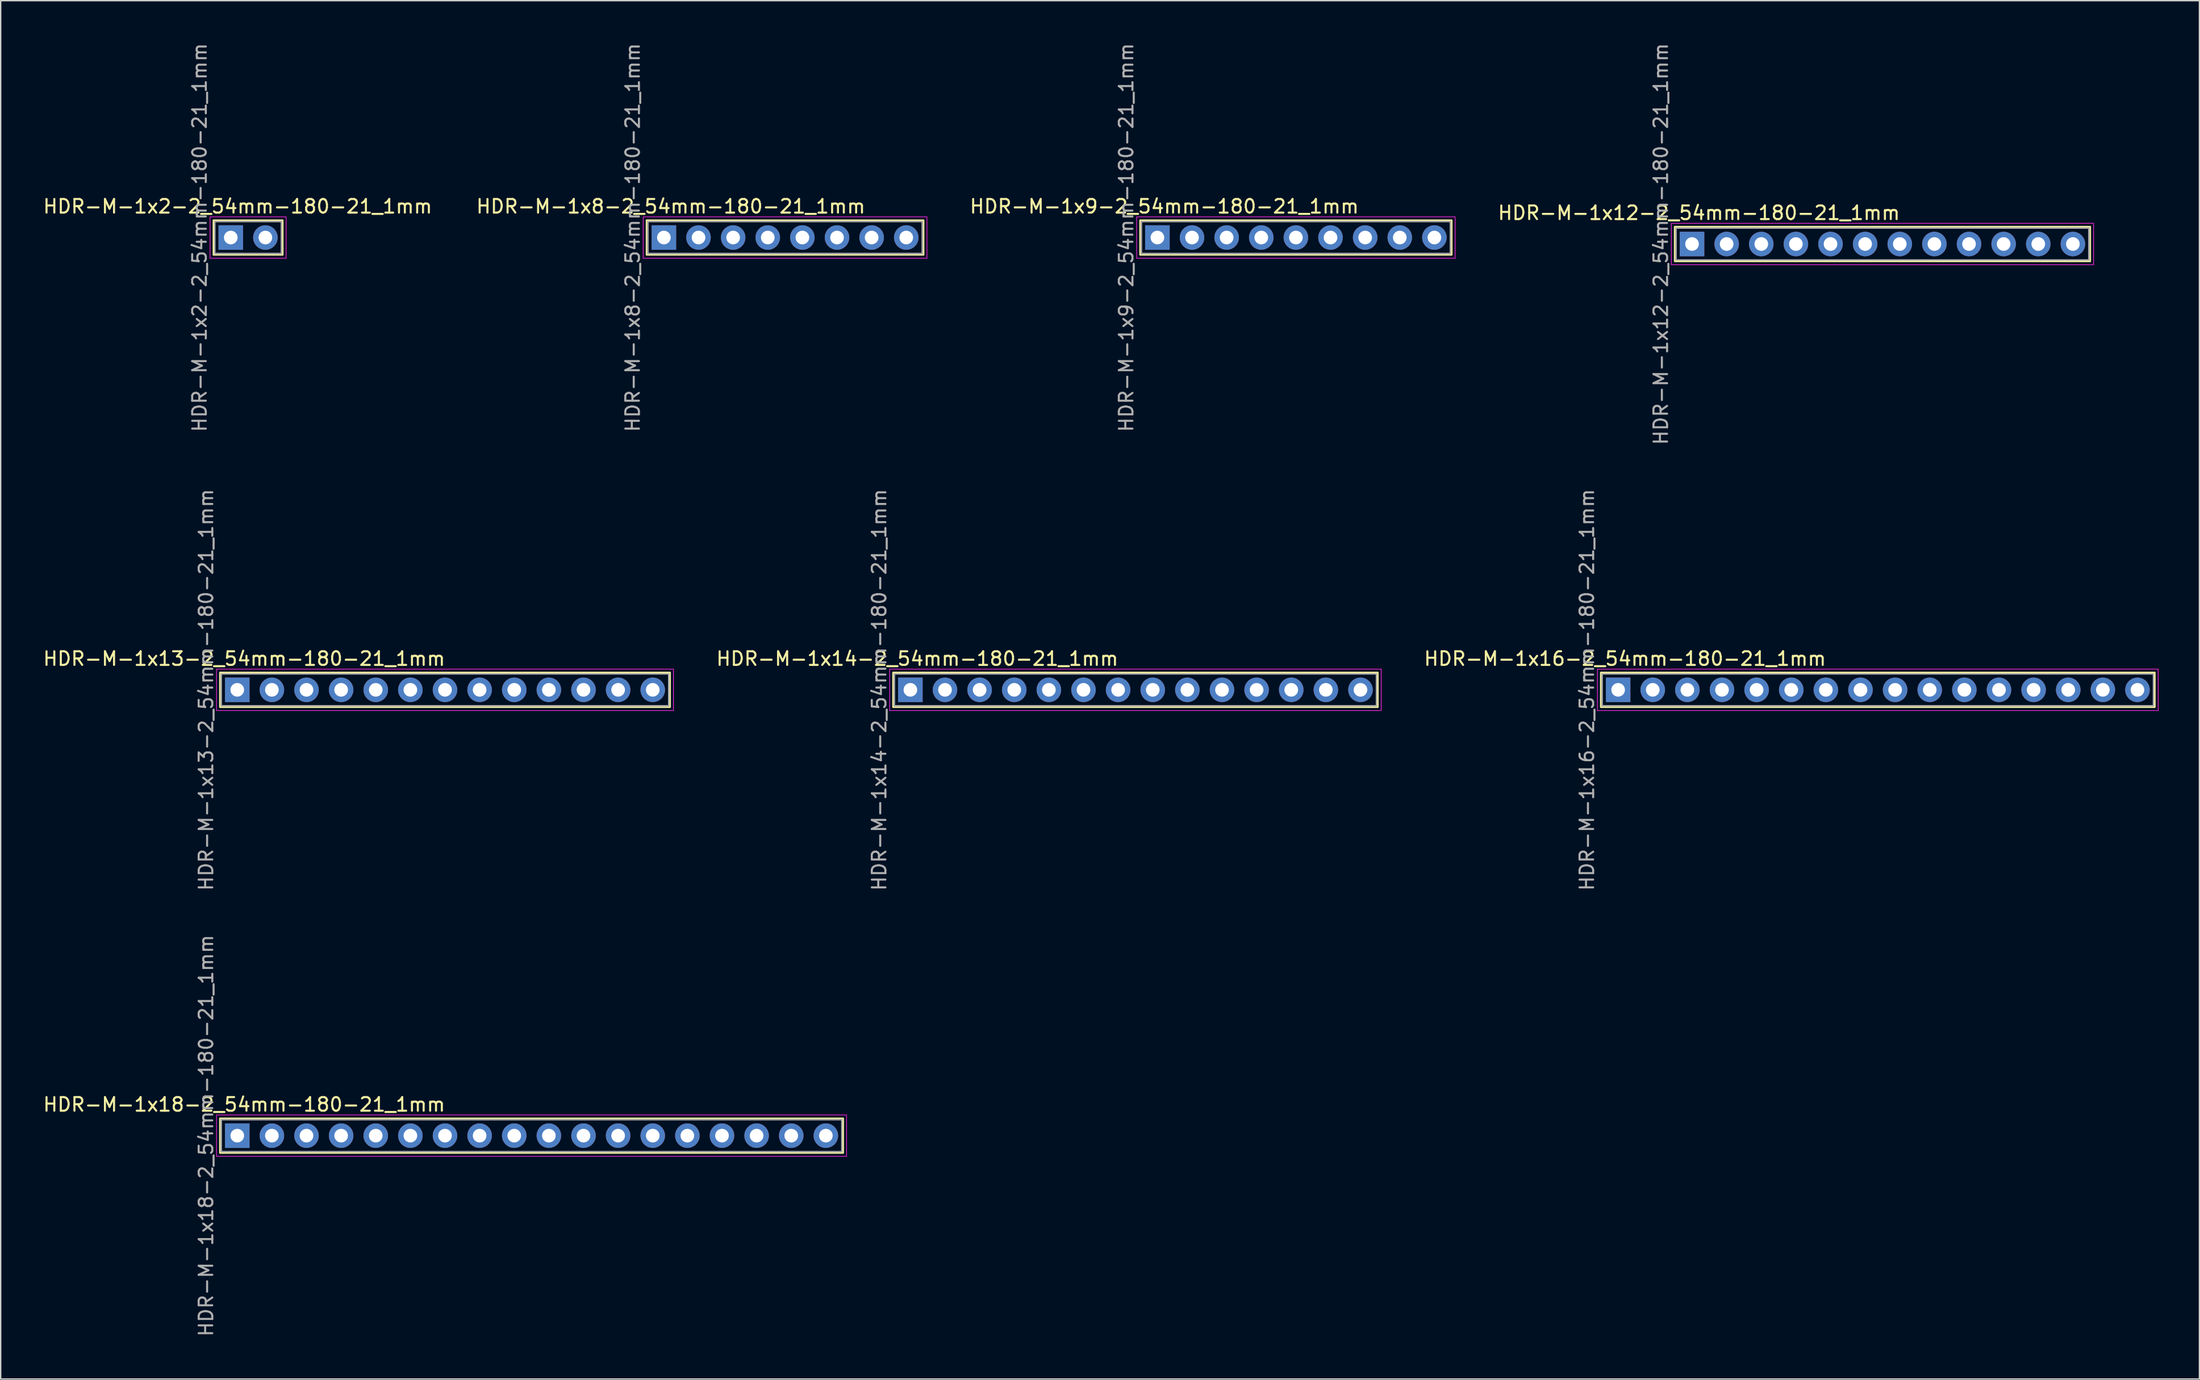
<source format=kicad_pcb>
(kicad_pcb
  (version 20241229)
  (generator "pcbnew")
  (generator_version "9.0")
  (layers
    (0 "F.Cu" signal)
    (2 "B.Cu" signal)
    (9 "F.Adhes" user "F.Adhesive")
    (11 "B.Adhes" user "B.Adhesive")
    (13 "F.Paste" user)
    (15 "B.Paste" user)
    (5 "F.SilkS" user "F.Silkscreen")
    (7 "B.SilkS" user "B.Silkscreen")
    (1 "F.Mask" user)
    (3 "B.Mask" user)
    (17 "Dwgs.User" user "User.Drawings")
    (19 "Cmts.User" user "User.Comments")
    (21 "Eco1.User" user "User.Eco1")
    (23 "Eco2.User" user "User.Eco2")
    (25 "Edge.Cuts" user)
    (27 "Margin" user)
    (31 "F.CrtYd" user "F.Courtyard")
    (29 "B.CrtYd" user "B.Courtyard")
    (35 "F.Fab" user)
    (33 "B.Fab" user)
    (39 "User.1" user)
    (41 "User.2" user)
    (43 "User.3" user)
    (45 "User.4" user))
  (footprint "HDR-M-1x9-2_54mm-180-21_1mm"
    (layer "F.Cu")
    (at 81.857 14.387)
    (property "Reference" "HDR-M-1x9-2_54mm-180-21_1mm" (at 0.508 -2.286 0) (unlocked yes) (layer "F.SilkS") (effects (font (size 1 1) (thickness 0.15))))
    (attr through_hole)
    (fp_rect (start -1.27 -1.27) (end 21.59 1.27) (stroke (width 0.12) (type solid)) (fill no) (layer "F.SilkS"))
    (fp_rect (start -1.52 -1.52) (end 21.84 1.52) (stroke (width 0.05) (type solid)) (fill no) (layer "F.CrtYd"))
    (fp_rect (start -1.17 -1.17) (end 21.49 1.17) (stroke (width 0.1) (type solid)) (fill no) (layer "F.Fab"))
    (fp_text user "${REFERENCE}" (at -2.286 0 90) (unlocked yes) (layer "F.Fab") (effects (font (size 1 1) (thickness 0.15))))
    (pad "1" thru_hole rect (at 0 0) (size 1.8 1.8) (drill 1) (layers "*.Cu" "*.Mask"))
    (pad "2" thru_hole circle (at 2.54 0) (size 1.8 1.8) (drill 1) (layers "*.Cu" "*.Mask"))
    (pad "3" thru_hole circle (at 5.08 0) (size 1.8 1.8) (drill 1) (layers "*.Cu" "*.Mask"))
    (pad "4" thru_hole circle (at 7.62 0) (size 1.8 1.8) (drill 1) (layers "*.Cu" "*.Mask"))
    (pad "5" thru_hole circle (at 10.16 0) (size 1.8 1.8) (drill 1) (layers "*.Cu" "*.Mask"))
    (pad "6" thru_hole circle (at 12.7 0) (size 1.8 1.8) (drill 1) (layers "*.Cu" "*.Mask"))
    (pad "7" thru_hole circle (at 15.24 0) (size 1.8 1.8) (drill 1) (layers "*.Cu" "*.Mask"))
    (pad "8" thru_hole circle (at 17.78 0) (size 1.8 1.8) (drill 1) (layers "*.Cu" "*.Mask"))
    (pad "9" thru_hole circle (at 20.32 0) (size 1.8 1.8) (drill 1) (layers "*.Cu" "*.Mask")))
  (footprint "HDR-M-1x16-2_54mm-180-21_1mm"
    (layer "F.Cu")
    (at 115.655 47.589)
    (property "Reference" "HDR-M-1x16-2_54mm-180-21_1mm" (at 0.508 -2.286 0) (unlocked yes) (layer "F.SilkS") (effects (font (size 1 1) (thickness 0.15))))
    (attr through_hole)
    (fp_rect (start -1.27 -1.27) (end 39.37 1.27) (stroke (width 0.12) (type solid)) (fill no) (layer "F.SilkS"))
    (fp_rect (start -1.52 -1.52) (end 39.62 1.52) (stroke (width 0.05) (type solid)) (fill no) (layer "F.CrtYd"))
    (fp_rect (start -1.17 -1.17) (end 39.27 1.17) (stroke (width 0.1) (type solid)) (fill no) (layer "F.Fab"))
    (fp_text user "${REFERENCE}" (at -2.286 0 90) (unlocked yes) (layer "F.Fab") (effects (font (size 1 1) (thickness 0.15))))
    (pad "1" thru_hole rect (at 0 0) (size 1.8 1.8) (drill 1) (layers "*.Cu" "*.Mask"))
    (pad "2" thru_hole circle (at 2.54 0) (size 1.8 1.8) (drill 1) (layers "*.Cu" "*.Mask"))
    (pad "3" thru_hole circle (at 5.08 0) (size 1.8 1.8) (drill 1) (layers "*.Cu" "*.Mask"))
    (pad "4" thru_hole circle (at 7.62 0) (size 1.8 1.8) (drill 1) (layers "*.Cu" "*.Mask"))
    (pad "5" thru_hole circle (at 10.16 0) (size 1.8 1.8) (drill 1) (layers "*.Cu" "*.Mask"))
    (pad "6" thru_hole circle (at 12.7 0) (size 1.8 1.8) (drill 1) (layers "*.Cu" "*.Mask"))
    (pad "7" thru_hole circle (at 15.24 0) (size 1.8 1.8) (drill 1) (layers "*.Cu" "*.Mask"))
    (pad "8" thru_hole circle (at 17.78 0) (size 1.8 1.8) (drill 1) (layers "*.Cu" "*.Mask"))
    (pad "9" thru_hole circle (at 20.32 0) (size 1.8 1.8) (drill 1) (layers "*.Cu" "*.Mask"))
    (pad "10" thru_hole circle (at 22.86 0) (size 1.8 1.8) (drill 1) (layers "*.Cu" "*.Mask"))
    (pad "11" thru_hole circle (at 25.4 0) (size 1.8 1.8) (drill 1) (layers "*.Cu" "*.Mask"))
    (pad "12" thru_hole circle (at 27.94 0) (size 1.8 1.8) (drill 1) (layers "*.Cu" "*.Mask"))
    (pad "13" thru_hole circle (at 30.48 0) (size 1.8 1.8) (drill 1) (layers "*.Cu" "*.Mask"))
    (pad "14" thru_hole circle (at 33.02 0) (size 1.8 1.8) (drill 1) (layers "*.Cu" "*.Mask"))
    (pad "15" thru_hole circle (at 35.56 0) (size 1.8 1.8) (drill 1) (layers "*.Cu" "*.Mask"))
    (pad "16" thru_hole circle (at 38.1 0) (size 1.8 1.8) (drill 1) (layers "*.Cu" "*.Mask")))
  (footprint "HDR-M-1x13-2_54mm-180-21_1mm"
    (layer "F.Cu")
    (at 14.355 47.589)
    (property "Reference" "HDR-M-1x13-2_54mm-180-21_1mm" (at 0.508 -2.286 0) (unlocked yes) (layer "F.SilkS") (effects (font (size 1 1) (thickness 0.15))))
    (attr through_hole)
    (fp_rect (start -1.27 -1.27) (end 31.75 1.27) (stroke (width 0.12) (type solid)) (fill no) (layer "F.SilkS"))
    (fp_rect (start -1.52 -1.52) (end 32 1.52) (stroke (width 0.05) (type solid)) (fill no) (layer "F.CrtYd"))
    (fp_rect (start -1.17 -1.17) (end 31.65 1.17) (stroke (width 0.1) (type solid)) (fill no) (layer "F.Fab"))
    (fp_text user "${REFERENCE}" (at -2.286 0 90) (unlocked yes) (layer "F.Fab") (effects (font (size 1 1) (thickness 0.15))))
    (pad "1" thru_hole rect (at 0 0) (size 1.8 1.8) (drill 1) (layers "*.Cu" "*.Mask"))
    (pad "2" thru_hole circle (at 2.54 0) (size 1.8 1.8) (drill 1) (layers "*.Cu" "*.Mask"))
    (pad "3" thru_hole circle (at 5.08 0) (size 1.8 1.8) (drill 1) (layers "*.Cu" "*.Mask"))
    (pad "4" thru_hole circle (at 7.62 0) (size 1.8 1.8) (drill 1) (layers "*.Cu" "*.Mask"))
    (pad "5" thru_hole circle (at 10.16 0) (size 1.8 1.8) (drill 1) (layers "*.Cu" "*.Mask"))
    (pad "6" thru_hole circle (at 12.7 0) (size 1.8 1.8) (drill 1) (layers "*.Cu" "*.Mask"))
    (pad "7" thru_hole circle (at 15.24 0) (size 1.8 1.8) (drill 1) (layers "*.Cu" "*.Mask"))
    (pad "8" thru_hole circle (at 17.78 0) (size 1.8 1.8) (drill 1) (layers "*.Cu" "*.Mask"))
    (pad "9" thru_hole circle (at 20.32 0) (size 1.8 1.8) (drill 1) (layers "*.Cu" "*.Mask"))
    (pad "10" thru_hole circle (at 22.86 0) (size 1.8 1.8) (drill 1) (layers "*.Cu" "*.Mask"))
    (pad "11" thru_hole circle (at 25.4 0) (size 1.8 1.8) (drill 1) (layers "*.Cu" "*.Mask"))
    (pad "12" thru_hole circle (at 27.94 0) (size 1.8 1.8) (drill 1) (layers "*.Cu" "*.Mask"))
    (pad "13" thru_hole circle (at 30.48 0) (size 1.8 1.8) (drill 1) (layers "*.Cu" "*.Mask")))
  (footprint "HDR-M-1x2-2_54mm-180-21_1mm"
    (layer "F.Cu")
    (at 13.879 14.387)
    (property "Reference" "HDR-M-1x2-2_54mm-180-21_1mm" (at 0.508 -2.286 0) (unlocked yes) (layer "F.SilkS") (effects (font (size 1 1) (thickness 0.15))))
    (attr through_hole)
    (fp_rect (start -1.27 -1.27) (end 3.81 1.27) (stroke (width 0.12) (type solid)) (fill no) (layer "F.SilkS"))
    (fp_rect (start -1.52 -1.52) (end 4.06 1.52) (stroke (width 0.05) (type solid)) (fill no) (layer "F.CrtYd"))
    (fp_rect (start -1.17 -1.17) (end 3.71 1.17) (stroke (width 0.1) (type solid)) (fill no) (layer "F.Fab"))
    (fp_text user "${REFERENCE}" (at -2.286 0 90) (unlocked yes) (layer "F.Fab") (effects (font (size 1 1) (thickness 0.15))))
    (pad "1" thru_hole rect (at 0 0) (size 1.8 1.8) (drill 1) (layers "*.Cu" "*.Mask"))
    (pad "2" thru_hole circle (at 2.54 0) (size 1.8 1.8) (drill 1) (layers "*.Cu" "*.Mask")))
  (footprint "HDR-M-1x12-2_54mm-180-21_1mm"
    (layer "F.Cu")
    (at 121.077 14.863)
    (property "Reference" "HDR-M-1x12-2_54mm-180-21_1mm" (at 0.508 -2.286 0) (unlocked yes) (layer "F.SilkS") (effects (font (size 1 1) (thickness 0.15))))
    (attr through_hole)
    (fp_rect (start -1.27 -1.27) (end 29.21 1.27) (stroke (width 0.12) (type solid)) (fill no) (layer "F.SilkS"))
    (fp_rect (start -1.52 -1.52) (end 29.46 1.52) (stroke (width 0.05) (type solid)) (fill no) (layer "F.CrtYd"))
    (fp_rect (start -1.17 -1.17) (end 29.11 1.17) (stroke (width 0.1) (type solid)) (fill no) (layer "F.Fab"))
    (fp_text user "${REFERENCE}" (at -2.286 0 90) (unlocked yes) (layer "F.Fab") (effects (font (size 1 1) (thickness 0.15))))
    (pad "1" thru_hole rect (at 0 0) (size 1.8 1.8) (drill 1) (layers "*.Cu" "*.Mask"))
    (pad "2" thru_hole circle (at 2.54 0) (size 1.8 1.8) (drill 1) (layers "*.Cu" "*.Mask"))
    (pad "3" thru_hole circle (at 5.08 0) (size 1.8 1.8) (drill 1) (layers "*.Cu" "*.Mask"))
    (pad "4" thru_hole circle (at 7.62 0) (size 1.8 1.8) (drill 1) (layers "*.Cu" "*.Mask"))
    (pad "5" thru_hole circle (at 10.16 0) (size 1.8 1.8) (drill 1) (layers "*.Cu" "*.Mask"))
    (pad "6" thru_hole circle (at 12.7 0) (size 1.8 1.8) (drill 1) (layers "*.Cu" "*.Mask"))
    (pad "7" thru_hole circle (at 15.24 0) (size 1.8 1.8) (drill 1) (layers "*.Cu" "*.Mask"))
    (pad "8" thru_hole circle (at 17.78 0) (size 1.8 1.8) (drill 1) (layers "*.Cu" "*.Mask"))
    (pad "9" thru_hole circle (at 20.32 0) (size 1.8 1.8) (drill 1) (layers "*.Cu" "*.Mask"))
    (pad "10" thru_hole circle (at 22.86 0) (size 1.8 1.8) (drill 1) (layers "*.Cu" "*.Mask"))
    (pad "11" thru_hole circle (at 25.4 0) (size 1.8 1.8) (drill 1) (layers "*.Cu" "*.Mask"))
    (pad "12" thru_hole circle (at 27.94 0) (size 1.8 1.8) (drill 1) (layers "*.Cu" "*.Mask")))
  (footprint "HDR-M-1x18-2_54mm-180-21_1mm"
    (layer "F.Cu")
    (at 14.355 80.315)
    (property "Reference" "HDR-M-1x18-2_54mm-180-21_1mm" (at 0.508 -2.286 0) (unlocked yes) (layer "F.SilkS") (effects (font (size 1 1) (thickness 0.15))))
    (attr through_hole)
    (fp_rect (start -1.27 -1.27) (end 44.45 1.27) (stroke (width 0.12) (type solid)) (fill no) (layer "F.SilkS"))
    (fp_rect (start -1.52 -1.52) (end 44.7 1.52) (stroke (width 0.05) (type solid)) (fill no) (layer "F.CrtYd"))
    (fp_rect (start -1.17 -1.17) (end 44.35 1.17) (stroke (width 0.1) (type solid)) (fill no) (layer "F.Fab"))
    (fp_text user "${REFERENCE}" (at -2.286 0 90) (unlocked yes) (layer "F.Fab") (effects (font (size 1 1) (thickness 0.15))))
    (pad "1" thru_hole rect (at 0 0) (size 1.8 1.8) (drill 1) (layers "*.Cu" "*.Mask"))
    (pad "2" thru_hole circle (at 2.54 0) (size 1.8 1.8) (drill 1) (layers "*.Cu" "*.Mask"))
    (pad "3" thru_hole circle (at 5.08 0) (size 1.8 1.8) (drill 1) (layers "*.Cu" "*.Mask"))
    (pad "4" thru_hole circle (at 7.62 0) (size 1.8 1.8) (drill 1) (layers "*.Cu" "*.Mask"))
    (pad "5" thru_hole circle (at 10.16 0) (size 1.8 1.8) (drill 1) (layers "*.Cu" "*.Mask"))
    (pad "6" thru_hole circle (at 12.7 0) (size 1.8 1.8) (drill 1) (layers "*.Cu" "*.Mask"))
    (pad "7" thru_hole circle (at 15.24 0) (size 1.8 1.8) (drill 1) (layers "*.Cu" "*.Mask"))
    (pad "8" thru_hole circle (at 17.78 0) (size 1.8 1.8) (drill 1) (layers "*.Cu" "*.Mask"))
    (pad "9" thru_hole circle (at 20.32 0) (size 1.8 1.8) (drill 1) (layers "*.Cu" "*.Mask"))
    (pad "10" thru_hole circle (at 22.86 0) (size 1.8 1.8) (drill 1) (layers "*.Cu" "*.Mask"))
    (pad "11" thru_hole circle (at 25.4 0) (size 1.8 1.8) (drill 1) (layers "*.Cu" "*.Mask"))
    (pad "12" thru_hole circle (at 27.94 0) (size 1.8 1.8) (drill 1) (layers "*.Cu" "*.Mask"))
    (pad "13" thru_hole circle (at 30.48 0) (size 1.8 1.8) (drill 1) (layers "*.Cu" "*.Mask"))
    (pad "14" thru_hole circle (at 33.02 0) (size 1.8 1.8) (drill 1) (layers "*.Cu" "*.Mask"))
    (pad "15" thru_hole circle (at 35.56 0) (size 1.8 1.8) (drill 1) (layers "*.Cu" "*.Mask"))
    (pad "16" thru_hole circle (at 38.1 0) (size 1.8 1.8) (drill 1) (layers "*.Cu" "*.Mask"))
    (pad "17" thru_hole circle (at 40.64 0) (size 1.8 1.8) (drill 1) (layers "*.Cu" "*.Mask"))
    (pad "18" thru_hole circle (at 43.18 0) (size 1.8 1.8) (drill 1) (layers "*.Cu" "*.Mask")))
  (footprint "HDR-M-1x8-2_54mm-180-21_1mm"
    (layer "F.Cu")
    (at 45.653 14.387)
    (property "Reference" "HDR-M-1x8-2_54mm-180-21_1mm" (at 0.508 -2.286 0) (unlocked yes) (layer "F.SilkS") (effects (font (size 1 1) (thickness 0.15))))
    (attr through_hole)
    (fp_rect (start -1.27 -1.27) (end 19.05 1.27) (stroke (width 0.12) (type solid)) (fill no) (layer "F.SilkS"))
    (fp_rect (start -1.52 -1.52) (end 19.3 1.52) (stroke (width 0.05) (type solid)) (fill no) (layer "F.CrtYd"))
    (fp_rect (start -1.17 -1.17) (end 18.95 1.17) (stroke (width 0.1) (type solid)) (fill no) (layer "F.Fab"))
    (fp_text user "${REFERENCE}" (at -2.286 0 90) (unlocked yes) (layer "F.Fab") (effects (font (size 1 1) (thickness 0.15))))
    (pad "1" thru_hole rect (at 0 0) (size 1.8 1.8) (drill 1) (layers "*.Cu" "*.Mask"))
    (pad "2" thru_hole circle (at 2.54 0) (size 1.8 1.8) (drill 1) (layers "*.Cu" "*.Mask"))
    (pad "3" thru_hole circle (at 5.08 0) (size 1.8 1.8) (drill 1) (layers "*.Cu" "*.Mask"))
    (pad "4" thru_hole circle (at 7.62 0) (size 1.8 1.8) (drill 1) (layers "*.Cu" "*.Mask"))
    (pad "5" thru_hole circle (at 10.16 0) (size 1.8 1.8) (drill 1) (layers "*.Cu" "*.Mask"))
    (pad "6" thru_hole circle (at 12.7 0) (size 1.8 1.8) (drill 1) (layers "*.Cu" "*.Mask"))
    (pad "7" thru_hole circle (at 15.24 0) (size 1.8 1.8) (drill 1) (layers "*.Cu" "*.Mask"))
    (pad "8" thru_hole circle (at 17.78 0) (size 1.8 1.8) (drill 1) (layers "*.Cu" "*.Mask")))
  (footprint "HDR-M-1x14-2_54mm-180-21_1mm"
    (layer "F.Cu")
    (at 63.735 47.589)
    (property "Reference" "HDR-M-1x14-2_54mm-180-21_1mm" (at 0.508 -2.286 0) (unlocked yes) (layer "F.SilkS") (effects (font (size 1 1) (thickness 0.15))))
    (attr through_hole)
    (fp_rect (start -1.27 -1.27) (end 34.29 1.27) (stroke (width 0.12) (type solid)) (fill no) (layer "F.SilkS"))
    (fp_rect (start -1.52 -1.52) (end 34.54 1.52) (stroke (width 0.05) (type solid)) (fill no) (layer "F.CrtYd"))
    (fp_rect (start -1.17 -1.17) (end 34.19 1.17) (stroke (width 0.1) (type solid)) (fill no) (layer "F.Fab"))
    (fp_text user "${REFERENCE}" (at -2.286 0 90) (unlocked yes) (layer "F.Fab") (effects (font (size 1 1) (thickness 0.15))))
    (pad "1" thru_hole rect (at 0 0) (size 1.8 1.8) (drill 1) (layers "*.Cu" "*.Mask"))
    (pad "2" thru_hole circle (at 2.54 0) (size 1.8 1.8) (drill 1) (layers "*.Cu" "*.Mask"))
    (pad "3" thru_hole circle (at 5.08 0) (size 1.8 1.8) (drill 1) (layers "*.Cu" "*.Mask"))
    (pad "4" thru_hole circle (at 7.62 0) (size 1.8 1.8) (drill 1) (layers "*.Cu" "*.Mask"))
    (pad "5" thru_hole circle (at 10.16 0) (size 1.8 1.8) (drill 1) (layers "*.Cu" "*.Mask"))
    (pad "6" thru_hole circle (at 12.7 0) (size 1.8 1.8) (drill 1) (layers "*.Cu" "*.Mask"))
    (pad "7" thru_hole circle (at 15.24 0) (size 1.8 1.8) (drill 1) (layers "*.Cu" "*.Mask"))
    (pad "8" thru_hole circle (at 17.78 0) (size 1.8 1.8) (drill 1) (layers "*.Cu" "*.Mask"))
    (pad "9" thru_hole circle (at 20.32 0) (size 1.8 1.8) (drill 1) (layers "*.Cu" "*.Mask"))
    (pad "10" thru_hole circle (at 22.86 0) (size 1.8 1.8) (drill 1) (layers "*.Cu" "*.Mask"))
    (pad "11" thru_hole circle (at 25.4 0) (size 1.8 1.8) (drill 1) (layers "*.Cu" "*.Mask"))
    (pad "12" thru_hole circle (at 27.94 0) (size 1.8 1.8) (drill 1) (layers "*.Cu" "*.Mask"))
    (pad "13" thru_hole circle (at 30.48 0) (size 1.8 1.8) (drill 1) (layers "*.Cu" "*.Mask"))
    (pad "14" thru_hole circle (at 33.02 0) (size 1.8 1.8) (drill 1) (layers "*.Cu" "*.Mask")))
  (gr_rect
    (start -3 -3)
    (end 158.3 98.179)
    (stroke (width 0.1) (type default))
    (fill no)
    (layer "Edge.Cuts")))
</source>
